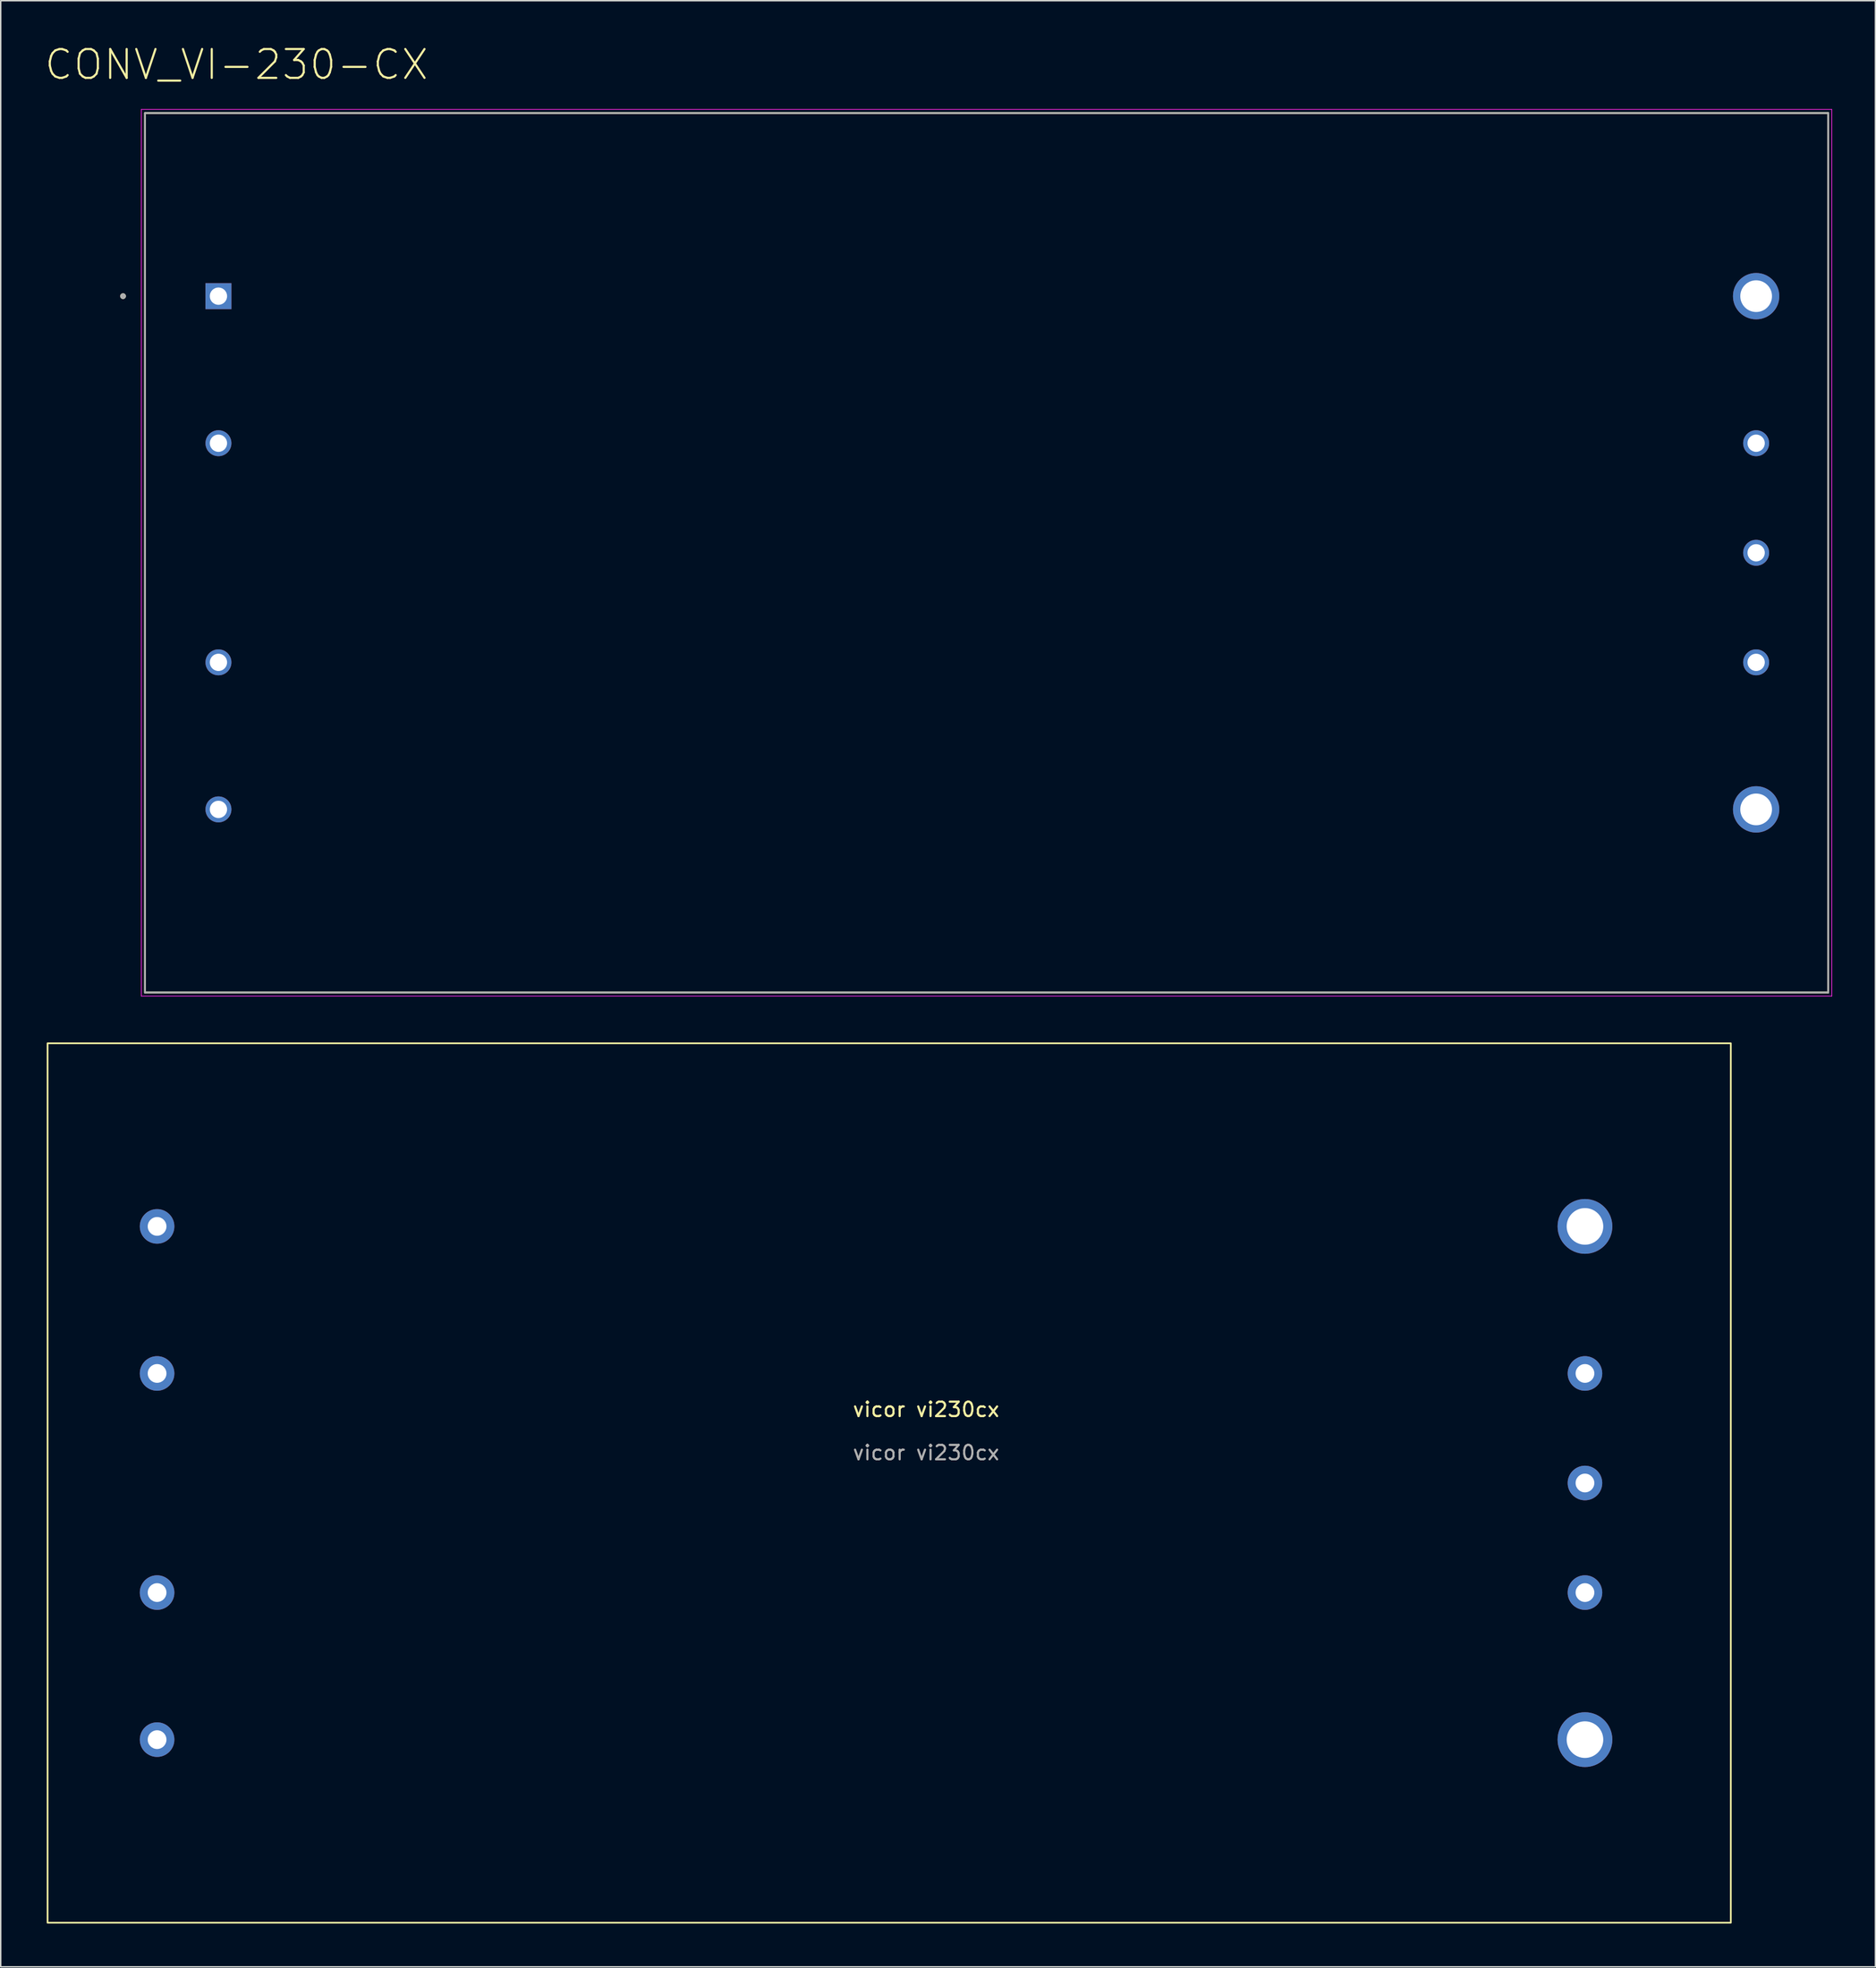
<source format=kicad_pcb>
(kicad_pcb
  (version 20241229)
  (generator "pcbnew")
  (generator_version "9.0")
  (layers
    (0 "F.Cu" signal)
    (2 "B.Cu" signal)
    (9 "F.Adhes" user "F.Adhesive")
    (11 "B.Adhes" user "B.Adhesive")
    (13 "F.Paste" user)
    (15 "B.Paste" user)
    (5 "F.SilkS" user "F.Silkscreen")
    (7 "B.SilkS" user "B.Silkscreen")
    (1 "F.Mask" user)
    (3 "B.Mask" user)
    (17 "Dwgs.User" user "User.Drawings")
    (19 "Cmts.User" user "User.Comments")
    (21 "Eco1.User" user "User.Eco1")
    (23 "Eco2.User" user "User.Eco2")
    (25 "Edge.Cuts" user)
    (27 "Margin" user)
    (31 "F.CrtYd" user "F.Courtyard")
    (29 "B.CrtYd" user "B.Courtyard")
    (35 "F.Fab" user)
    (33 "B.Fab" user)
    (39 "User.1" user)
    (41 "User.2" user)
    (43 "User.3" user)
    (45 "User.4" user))
  (footprint "vicor vi230cx"
    (layer "F.Cu")
    (at 0.25 69.318)
    (property "Reference" "vicor vi230cx" (at 60.96 25.4 0) (unlocked yes) (layer "F.SilkS") (effects (font (size 1 1) (thickness 0.15))))
    (attr through_hole)
    (fp_rect (start 0 0) (end 116.8 61) (stroke (width 0.12) (type solid)) (fill no) (layer "F.SilkS"))
    (fp_text user "${REFERENCE}" (at 60.96 28.4 0) (unlocked yes) (layer "F.Fab") (effects (font (size 1 1) (thickness 0.15))))
    (pad "1" thru_hole circle (at 7.6 48.3) (size 2.4 2.4) (drill 1.3) (layers "*.Cu" "*.Mask"))
    (pad "2" thru_hole circle (at 7.6 38.1) (size 2.4 2.4) (drill 1.3) (layers "*.Cu" "*.Mask"))
    (pad "3" thru_hole circle (at 7.6 22.9) (size 2.4 2.4) (drill 1.3) (layers "*.Cu" "*.Mask"))
    (pad "4" thru_hole circle (at 7.6 12.7) (size 2.4 2.4) (drill 1.3) (layers "*.Cu" "*.Mask"))
    (pad "5" thru_hole circle (at 106.68 48.3) (size 3.8 3.8) (drill 2.54) (layers "*.Cu" "*.Mask"))
    (pad "6" thru_hole circle (at 106.68 38.1) (size 2.4 2.4) (drill 1.3) (layers "*.Cu" "*.Mask"))
    (pad "7" thru_hole circle (at 106.68 30.5) (size 2.4 2.4) (drill 1.3) (layers "*.Cu" "*.Mask"))
    (pad "8" thru_hole circle (at 106.68 22.9) (size 2.4 2.4) (drill 1.3) (layers "*.Cu" "*.Mask"))
    (pad "9" thru_hole circle (at 106.68 12.7) (size 3.8 3.8) (drill 2.54) (layers "*.Cu" "*.Mask")))
  (footprint "CONV_VI-230-CX"
    (layer "F.Cu")
    (at 65.408 35.293)
    (property "Reference" "CONV_VI-230-CX" (at -52.05 -33.86 0) (layer "F.SilkS") (effects (font (size 2 2) (thickness 0.15))))
    (attr through_hole)
    (fp_line (start -58.4 -30.5) (end -58.4 30.5) (stroke (width 0.127) (type solid)) (layer "F.SilkS"))
    (fp_line (start -58.4 30.5) (end 58.4 30.5) (stroke (width 0.127) (type solid)) (layer "F.SilkS"))
    (fp_line (start 58.4 -30.5) (end -58.4 -30.5) (stroke (width 0.127) (type solid)) (layer "F.SilkS"))
    (fp_line (start 58.4 30.5) (end 58.4 -30.5) (stroke (width 0.127) (type solid)) (layer "F.SilkS"))
    (fp_circle (center -59.92 -17.8) (end -59.82 -17.8) (stroke (width 0.2) (type solid)) (fill no) (layer "F.SilkS"))
    (fp_line (start -58.65 -30.75) (end -58.65 30.75) (stroke (width 0.05) (type solid)) (layer "F.CrtYd"))
    (fp_line (start -58.65 30.75) (end 58.65 30.75) (stroke (width 0.05) (type solid)) (layer "F.CrtYd"))
    (fp_line (start 58.65 -30.75) (end -58.65 -30.75) (stroke (width 0.05) (type solid)) (layer "F.CrtYd"))
    (fp_line (start 58.65 30.75) (end 58.65 -30.75) (stroke (width 0.05) (type solid)) (layer "F.CrtYd"))
    (fp_line (start -58.4 -30.5) (end -58.4 30.5) (stroke (width 0.127) (type solid)) (layer "F.Fab"))
    (fp_line (start -58.4 30.5) (end 58.4 30.5) (stroke (width 0.127) (type solid)) (layer "F.Fab"))
    (fp_line (start 58.4 -30.5) (end -58.4 -30.5) (stroke (width 0.127) (type solid)) (layer "F.Fab"))
    (fp_line (start 58.4 30.5) (end 58.4 -30.5) (stroke (width 0.127) (type solid)) (layer "F.Fab"))
    (fp_circle (center -59.92 -17.8) (end -59.82 -17.8) (stroke (width 0.2) (type solid)) (fill no) (layer "F.Fab"))
    (pad "1" thru_hole rect (at -53.3 -17.8) (size 1.8 1.8) (drill 1.2) (layers "*.Cu" "*.Mask"))
    (pad "2" thru_hole circle (at -53.3 -7.6) (size 1.8 1.8) (drill 1.2) (layers "*.Cu" "*.Mask"))
    (pad "3" thru_hole circle (at -53.3 7.6) (size 1.8 1.8) (drill 1.2) (layers "*.Cu" "*.Mask"))
    (pad "4" thru_hole circle (at -53.3 17.8) (size 1.8 1.8) (drill 1.2) (layers "*.Cu" "*.Mask"))
    (pad "5" thru_hole circle (at 53.4 -17.8) (size 3.216 3.216) (drill 2.2) (layers "*.Cu" "*.Mask"))
    (pad "6" thru_hole circle (at 53.4 -7.6) (size 1.8 1.8) (drill 1.2) (layers "*.Cu" "*.Mask"))
    (pad "7" thru_hole circle (at 53.4 0) (size 1.8 1.8) (drill 1.2) (layers "*.Cu" "*.Mask"))
    (pad "8" thru_hole circle (at 53.4 7.6) (size 1.8 1.8) (drill 1.2) (layers "*.Cu" "*.Mask"))
    (pad "9" thru_hole circle (at 53.4 17.8) (size 3.216 3.216) (drill 2.2) (layers "*.Cu" "*.Mask")))
  (gr_rect
    (start -3 -3)
    (end 127.083 133.378)
    (stroke (width 0.1) (type default))
    (fill no)
    (layer "Edge.Cuts")))
</source>
